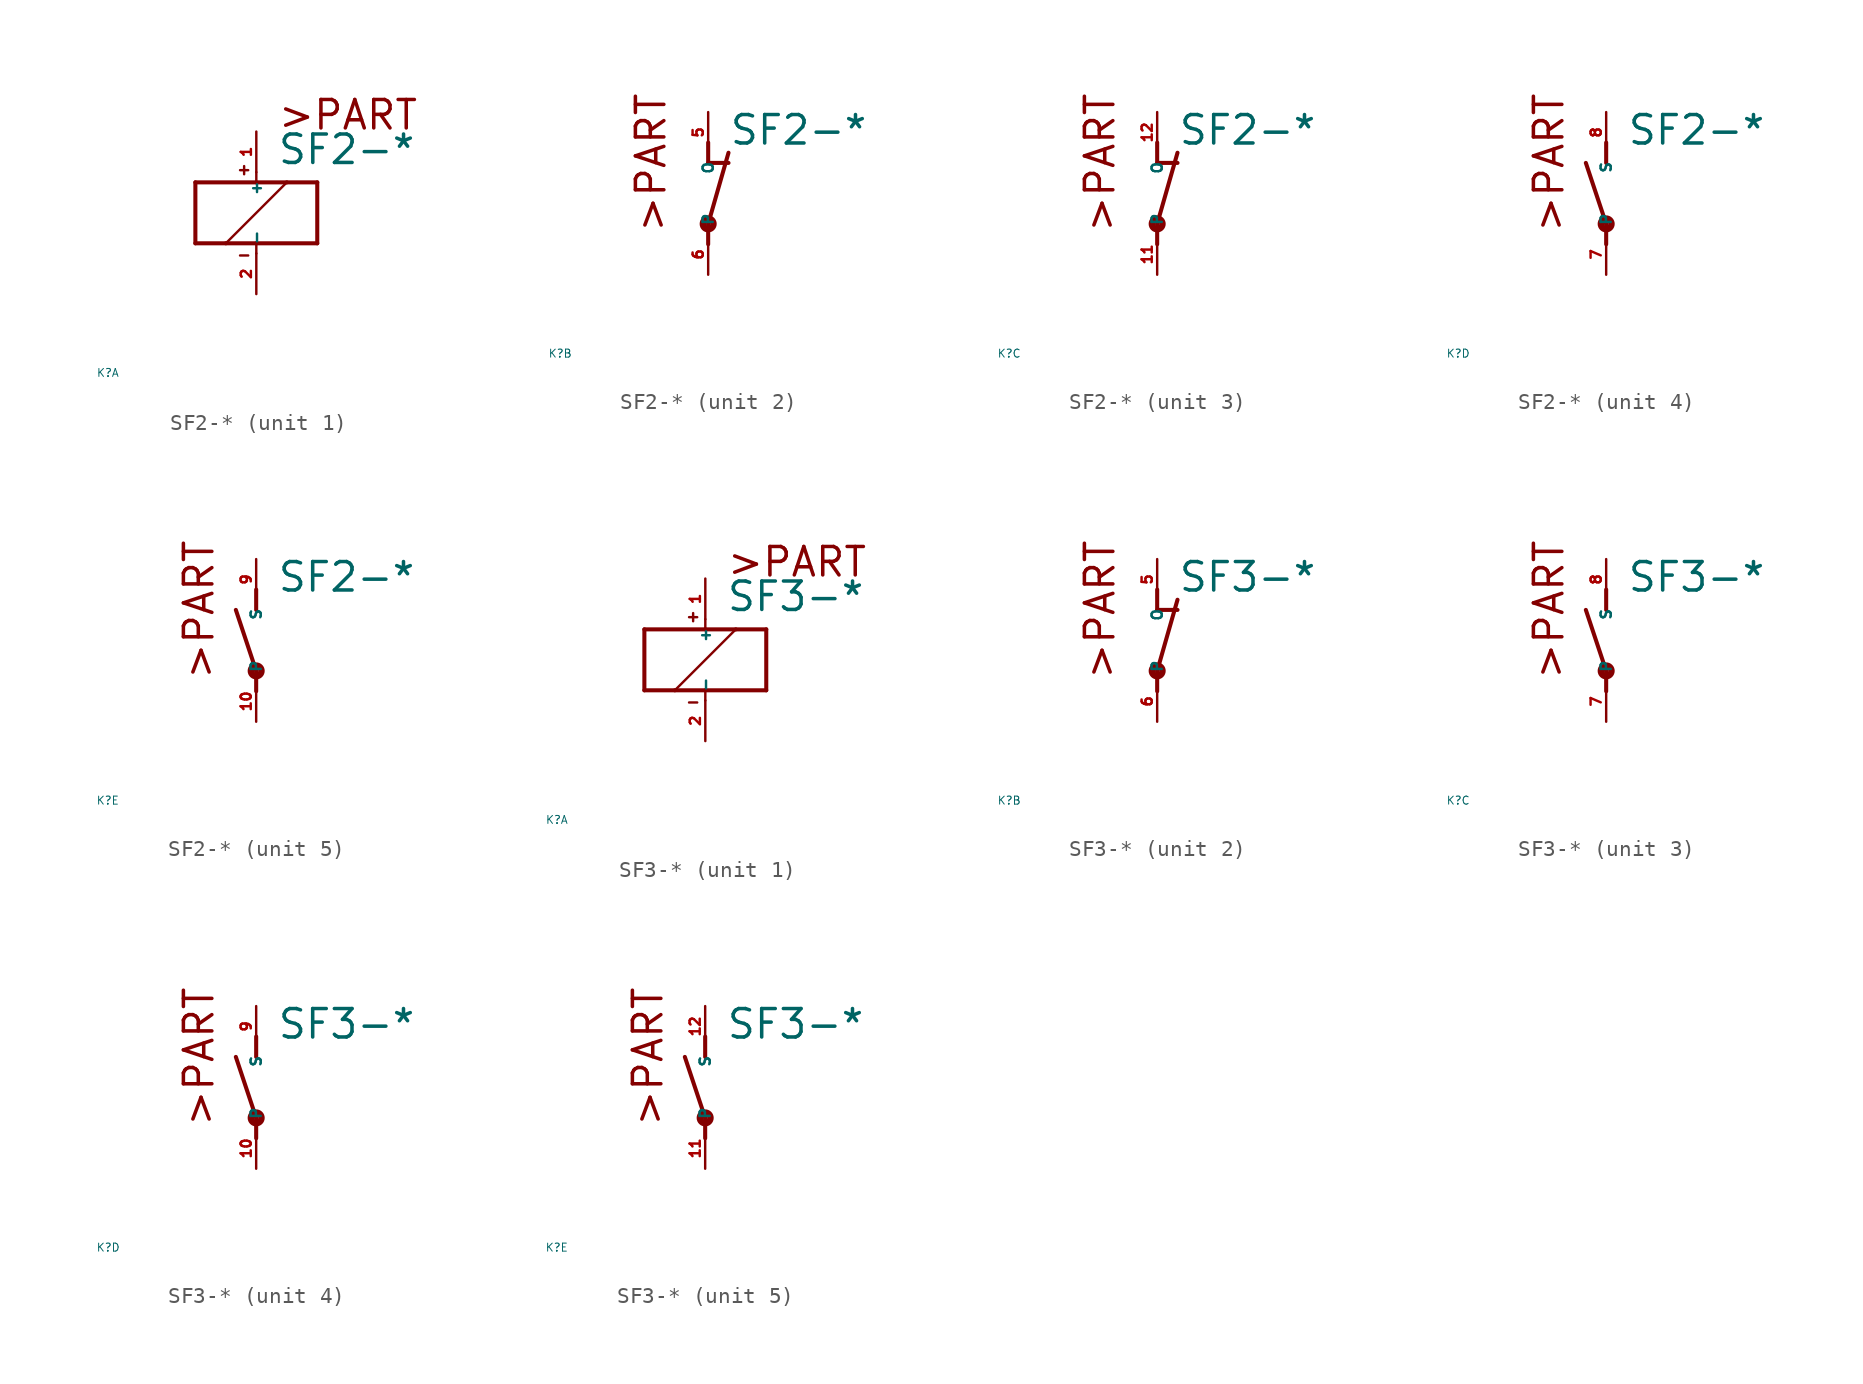
<source format=kicad_sym>
(kicad_symbol_lib
  (version 20220914)
  (generator Eagle2Kicad)
  (symbol "SF2-*"
    (property "Reference" "K"
      (at -10 -10 0)
      (effects (font (size 0.5 0.5) (thickness 0.06)) (justify left)))
    (property "Value" "SF2-*"
      (at 1.27 2.921 0)
      (effects (font (size 1.778 1.778) (thickness 0.22)) (justify left bottom)))
    (symbol "SF2-*_1_0"
      (polyline (pts (xy -3.81 -1.905) (xy -1.905 -1.905)) (stroke (width 0.254) (type default)) (fill (type none)))
      (polyline (pts (xy 3.81 -1.905) (xy 3.81 1.905)) (stroke (width 0.254) (type default)) (fill (type none)))
      (polyline (pts (xy 3.81 1.905) (xy 1.905 1.905)) (stroke (width 0.254) (type default)) (fill (type none)))
      (polyline (pts (xy -3.81 1.905) (xy -3.81 -1.905)) (stroke (width 0.254) (type default)) (fill (type none)))
      (polyline (pts (xy 0 -2.54) (xy 0 -1.905)) (stroke (width 0.152) (type default)) (fill (type none)))
      (polyline (pts (xy 0 -1.905) (xy 3.81 -1.905)) (stroke (width 0.254) (type default)) (fill (type none)))
      (polyline (pts (xy 0 2.54) (xy 0 1.905)) (stroke (width 0.152) (type default)) (fill (type none)))
      (polyline (pts (xy 0 1.905) (xy -3.81 1.905)) (stroke (width 0.254) (type default)) (fill (type none)))
      (polyline (pts (xy -1.905 -1.905) (xy 1.905 1.905)) (stroke (width 0.152) (type default)) (fill (type none)))
      (polyline (pts (xy -1.905 -1.905) (xy 0 -1.905)) (stroke (width 0.254) (type default)) (fill (type none)))
      (polyline (pts (xy 1.905 1.905) (xy 0 1.905)) (stroke (width 0.254) (type default)) (fill (type none)))
      (polyline (pts (xy -1.016 2.667) (xy -0.508 2.667)) (stroke (width 0.152) (type default)) (fill (type none)))
      (polyline (pts (xy -0.762 2.921) (xy -0.762 2.413)) (stroke (width 0.152) (type default)) (fill (type none)))
      (polyline (pts (xy -1.016 -2.667) (xy -0.508 -2.667)) (stroke (width 0.152) (type default)) (fill (type none)))
      (text ">PART" (at 1.27 5.08 0) (effects (font (size 1.778 1.778) (thickness 0.22)) (justify left bottom)))
      (pin passive line (at 0 -5.08 90) (length 2.54) (name "-" (effects (font (size 0.635 0.635) (thickness 0.08)) (justify left bottom))) (number "2" (effects (font (size 0.635 0.635) (thickness 0.08)) (justify left bottom))))
      (pin passive line (at 0 5.08 270) (length 2.54) (name "+" (effects (font (size 0.635 0.635) (thickness 0.08)) (justify left bottom))) (number "1" (effects (font (size 0.635 0.635) (thickness 0.08)) (justify left bottom)))))
    (symbol "SF2-*_2_0"
      (polyline (pts (xy 0 -1.905) (xy 1.27 2.54)) (stroke (width 0.254) (type default)) (fill (type none)))
      (polyline (pts (xy 1.27 1.905) (xy 0 1.905)) (stroke (width 0.254) (type default)) (fill (type none)))
      (polyline (pts (xy 0 1.905) (xy 0 3.175)) (stroke (width 0.254) (type default)) (fill (type none)))
      (polyline (pts (xy 0 -3.175) (xy 0 -1.905)) (stroke (width 0.254) (type default)) (fill (type none)))
      (text ">PART" (at -2.54 -2.54 900) (effects (font (size 1.778 1.778) (thickness 0.22)) (justify left bottom)))
      (circle (center 0 -1.905) (radius 0.127) (stroke (width 0.406) (type default)) (fill (type none)))
      (pin passive line (at 0 -5.08 90) (length 2.54) (name "P" (effects (font (size 0.635 0.635) (thickness 0.08)) (justify left bottom))) (number "6" (effects (font (size 0.635 0.635) (thickness 0.08)) (justify left bottom))))
      (pin passive line (at 0 5.08 270) (length 2.54) (name "O" (effects (font (size 0.635 0.635) (thickness 0.08)) (justify left bottom))) (number "5" (effects (font (size 0.635 0.635) (thickness 0.08)) (justify left bottom)))))
    (symbol "SF2-*_3_0"
      (polyline (pts (xy 0 -1.905) (xy 1.27 2.54)) (stroke (width 0.254) (type default)) (fill (type none)))
      (polyline (pts (xy 1.27 1.905) (xy 0 1.905)) (stroke (width 0.254) (type default)) (fill (type none)))
      (polyline (pts (xy 0 1.905) (xy 0 3.175)) (stroke (width 0.254) (type default)) (fill (type none)))
      (polyline (pts (xy 0 -3.175) (xy 0 -1.905)) (stroke (width 0.254) (type default)) (fill (type none)))
      (text ">PART" (at -2.54 -2.54 900) (effects (font (size 1.778 1.778) (thickness 0.22)) (justify left bottom)))
      (circle (center 0 -1.905) (radius 0.127) (stroke (width 0.406) (type default)) (fill (type none)))
      (pin passive line (at 0 -5.08 90) (length 2.54) (name "P" (effects (font (size 0.635 0.635) (thickness 0.08)) (justify left bottom))) (number "11" (effects (font (size 0.635 0.635) (thickness 0.08)) (justify left bottom))))
      (pin passive line (at 0 5.08 270) (length 2.54) (name "O" (effects (font (size 0.635 0.635) (thickness 0.08)) (justify left bottom))) (number "12" (effects (font (size 0.635 0.635) (thickness 0.08)) (justify left bottom)))))
    (symbol "SF2-*_4_0"
      (polyline (pts (xy 0 3.175) (xy 0 1.905)) (stroke (width 0.254) (type default)) (fill (type none)))
      (polyline (pts (xy 0 -3.175) (xy 0 -1.905)) (stroke (width 0.254) (type default)) (fill (type none)))
      (polyline (pts (xy 0 -1.905) (xy -1.27 1.905)) (stroke (width 0.254) (type default)) (fill (type none)))
      (text ">PART" (at -2.54 -2.54 900) (effects (font (size 1.778 1.778) (thickness 0.22)) (justify left bottom)))
      (circle (center 0 -1.905) (radius 0.127) (stroke (width 0.406) (type default)) (fill (type none)))
      (pin passive line (at 0 -5.08 90) (length 2.54) (name "P" (effects (font (size 0.635 0.635) (thickness 0.08)) (justify left bottom))) (number "7" (effects (font (size 0.635 0.635) (thickness 0.08)) (justify left bottom))))
      (pin passive line (at 0 5.08 270) (length 2.54) (name "S" (effects (font (size 0.635 0.635) (thickness 0.08)) (justify left bottom))) (number "8" (effects (font (size 0.635 0.635) (thickness 0.08)) (justify left bottom)))))
    (symbol "SF2-*_5_0"
      (polyline (pts (xy 0 3.175) (xy 0 1.905)) (stroke (width 0.254) (type default)) (fill (type none)))
      (polyline (pts (xy 0 -3.175) (xy 0 -1.905)) (stroke (width 0.254) (type default)) (fill (type none)))
      (polyline (pts (xy 0 -1.905) (xy -1.27 1.905)) (stroke (width 0.254) (type default)) (fill (type none)))
      (text ">PART" (at -2.54 -2.54 900) (effects (font (size 1.778 1.778) (thickness 0.22)) (justify left bottom)))
      (circle (center 0 -1.905) (radius 0.127) (stroke (width 0.406) (type default)) (fill (type none)))
      (pin passive line (at 0 -5.08 90) (length 2.54) (name "P" (effects (font (size 0.635 0.635) (thickness 0.08)) (justify left bottom))) (number "10" (effects (font (size 0.635 0.635) (thickness 0.08)) (justify left bottom))))
      (pin passive line (at 0 5.08 270) (length 2.54) (name "S" (effects (font (size 0.635 0.635) (thickness 0.08)) (justify left bottom))) (number "9" (effects (font (size 0.635 0.635) (thickness 0.08)) (justify left bottom))))))
  (symbol "SF3-*"
    (property "Reference" "K"
      (at -10 -10 0)
      (effects (font (size 0.5 0.5) (thickness 0.06)) (justify left)))
    (property "Value" "SF3-*"
      (at 1.27 2.921 0)
      (effects (font (size 1.778 1.778) (thickness 0.22)) (justify left bottom)))
    (symbol "SF3-*_1_0"
      (polyline (pts (xy -3.81 -1.905) (xy -1.905 -1.905)) (stroke (width 0.254) (type default)) (fill (type none)))
      (polyline (pts (xy 3.81 -1.905) (xy 3.81 1.905)) (stroke (width 0.254) (type default)) (fill (type none)))
      (polyline (pts (xy 3.81 1.905) (xy 1.905 1.905)) (stroke (width 0.254) (type default)) (fill (type none)))
      (polyline (pts (xy -3.81 1.905) (xy -3.81 -1.905)) (stroke (width 0.254) (type default)) (fill (type none)))
      (polyline (pts (xy 0 -2.54) (xy 0 -1.905)) (stroke (width 0.152) (type default)) (fill (type none)))
      (polyline (pts (xy 0 -1.905) (xy 3.81 -1.905)) (stroke (width 0.254) (type default)) (fill (type none)))
      (polyline (pts (xy 0 2.54) (xy 0 1.905)) (stroke (width 0.152) (type default)) (fill (type none)))
      (polyline (pts (xy 0 1.905) (xy -3.81 1.905)) (stroke (width 0.254) (type default)) (fill (type none)))
      (polyline (pts (xy -1.905 -1.905) (xy 1.905 1.905)) (stroke (width 0.152) (type default)) (fill (type none)))
      (polyline (pts (xy -1.905 -1.905) (xy 0 -1.905)) (stroke (width 0.254) (type default)) (fill (type none)))
      (polyline (pts (xy 1.905 1.905) (xy 0 1.905)) (stroke (width 0.254) (type default)) (fill (type none)))
      (polyline (pts (xy -1.016 2.667) (xy -0.508 2.667)) (stroke (width 0.152) (type default)) (fill (type none)))
      (polyline (pts (xy -0.762 2.921) (xy -0.762 2.413)) (stroke (width 0.152) (type default)) (fill (type none)))
      (polyline (pts (xy -1.016 -2.667) (xy -0.508 -2.667)) (stroke (width 0.152) (type default)) (fill (type none)))
      (text ">PART" (at 1.27 5.08 0) (effects (font (size 1.778 1.778) (thickness 0.22)) (justify left bottom)))
      (pin passive line (at 0 -5.08 90) (length 2.54) (name "-" (effects (font (size 0.635 0.635) (thickness 0.08)) (justify left bottom))) (number "2" (effects (font (size 0.635 0.635) (thickness 0.08)) (justify left bottom))))
      (pin passive line (at 0 5.08 270) (length 2.54) (name "+" (effects (font (size 0.635 0.635) (thickness 0.08)) (justify left bottom))) (number "1" (effects (font (size 0.635 0.635) (thickness 0.08)) (justify left bottom)))))
    (symbol "SF3-*_2_0"
      (polyline (pts (xy 0 -1.905) (xy 1.27 2.54)) (stroke (width 0.254) (type default)) (fill (type none)))
      (polyline (pts (xy 1.27 1.905) (xy 0 1.905)) (stroke (width 0.254) (type default)) (fill (type none)))
      (polyline (pts (xy 0 1.905) (xy 0 3.175)) (stroke (width 0.254) (type default)) (fill (type none)))
      (polyline (pts (xy 0 -3.175) (xy 0 -1.905)) (stroke (width 0.254) (type default)) (fill (type none)))
      (text ">PART" (at -2.54 -2.54 900) (effects (font (size 1.778 1.778) (thickness 0.22)) (justify left bottom)))
      (circle (center 0 -1.905) (radius 0.127) (stroke (width 0.406) (type default)) (fill (type none)))
      (pin passive line (at 0 -5.08 90) (length 2.54) (name "P" (effects (font (size 0.635 0.635) (thickness 0.08)) (justify left bottom))) (number "6" (effects (font (size 0.635 0.635) (thickness 0.08)) (justify left bottom))))
      (pin passive line (at 0 5.08 270) (length 2.54) (name "O" (effects (font (size 0.635 0.635) (thickness 0.08)) (justify left bottom))) (number "5" (effects (font (size 0.635 0.635) (thickness 0.08)) (justify left bottom)))))
    (symbol "SF3-*_3_0"
      (polyline (pts (xy 0 3.175) (xy 0 1.905)) (stroke (width 0.254) (type default)) (fill (type none)))
      (polyline (pts (xy 0 -3.175) (xy 0 -1.905)) (stroke (width 0.254) (type default)) (fill (type none)))
      (polyline (pts (xy 0 -1.905) (xy -1.27 1.905)) (stroke (width 0.254) (type default)) (fill (type none)))
      (text ">PART" (at -2.54 -2.54 900) (effects (font (size 1.778 1.778) (thickness 0.22)) (justify left bottom)))
      (circle (center 0 -1.905) (radius 0.127) (stroke (width 0.406) (type default)) (fill (type none)))
      (pin passive line (at 0 -5.08 90) (length 2.54) (name "P" (effects (font (size 0.635 0.635) (thickness 0.08)) (justify left bottom))) (number "7" (effects (font (size 0.635 0.635) (thickness 0.08)) (justify left bottom))))
      (pin passive line (at 0 5.08 270) (length 2.54) (name "S" (effects (font (size 0.635 0.635) (thickness 0.08)) (justify left bottom))) (number "8" (effects (font (size 0.635 0.635) (thickness 0.08)) (justify left bottom)))))
    (symbol "SF3-*_4_0"
      (polyline (pts (xy 0 3.175) (xy 0 1.905)) (stroke (width 0.254) (type default)) (fill (type none)))
      (polyline (pts (xy 0 -3.175) (xy 0 -1.905)) (stroke (width 0.254) (type default)) (fill (type none)))
      (polyline (pts (xy 0 -1.905) (xy -1.27 1.905)) (stroke (width 0.254) (type default)) (fill (type none)))
      (text ">PART" (at -2.54 -2.54 900) (effects (font (size 1.778 1.778) (thickness 0.22)) (justify left bottom)))
      (circle (center 0 -1.905) (radius 0.127) (stroke (width 0.406) (type default)) (fill (type none)))
      (pin passive line (at 0 -5.08 90) (length 2.54) (name "P" (effects (font (size 0.635 0.635) (thickness 0.08)) (justify left bottom))) (number "10" (effects (font (size 0.635 0.635) (thickness 0.08)) (justify left bottom))))
      (pin passive line (at 0 5.08 270) (length 2.54) (name "S" (effects (font (size 0.635 0.635) (thickness 0.08)) (justify left bottom))) (number "9" (effects (font (size 0.635 0.635) (thickness 0.08)) (justify left bottom)))))
    (symbol "SF3-*_5_0"
      (polyline (pts (xy 0 3.175) (xy 0 1.905)) (stroke (width 0.254) (type default)) (fill (type none)))
      (polyline (pts (xy 0 -3.175) (xy 0 -1.905)) (stroke (width 0.254) (type default)) (fill (type none)))
      (polyline (pts (xy 0 -1.905) (xy -1.27 1.905)) (stroke (width 0.254) (type default)) (fill (type none)))
      (text ">PART" (at -2.54 -2.54 900) (effects (font (size 1.778 1.778) (thickness 0.22)) (justify left bottom)))
      (circle (center 0 -1.905) (radius 0.127) (stroke (width 0.406) (type default)) (fill (type none)))
      (pin passive line (at 0 -5.08 90) (length 2.54) (name "P" (effects (font (size 0.635 0.635) (thickness 0.08)) (justify left bottom))) (number "11" (effects (font (size 0.635 0.635) (thickness 0.08)) (justify left bottom))))
      (pin passive line (at 0 5.08 270) (length 2.54) (name "S" (effects (font (size 0.635 0.635) (thickness 0.08)) (justify left bottom))) (number "12" (effects (font (size 0.635 0.635) (thickness 0.08)) (justify left bottom)))))))
</source>
